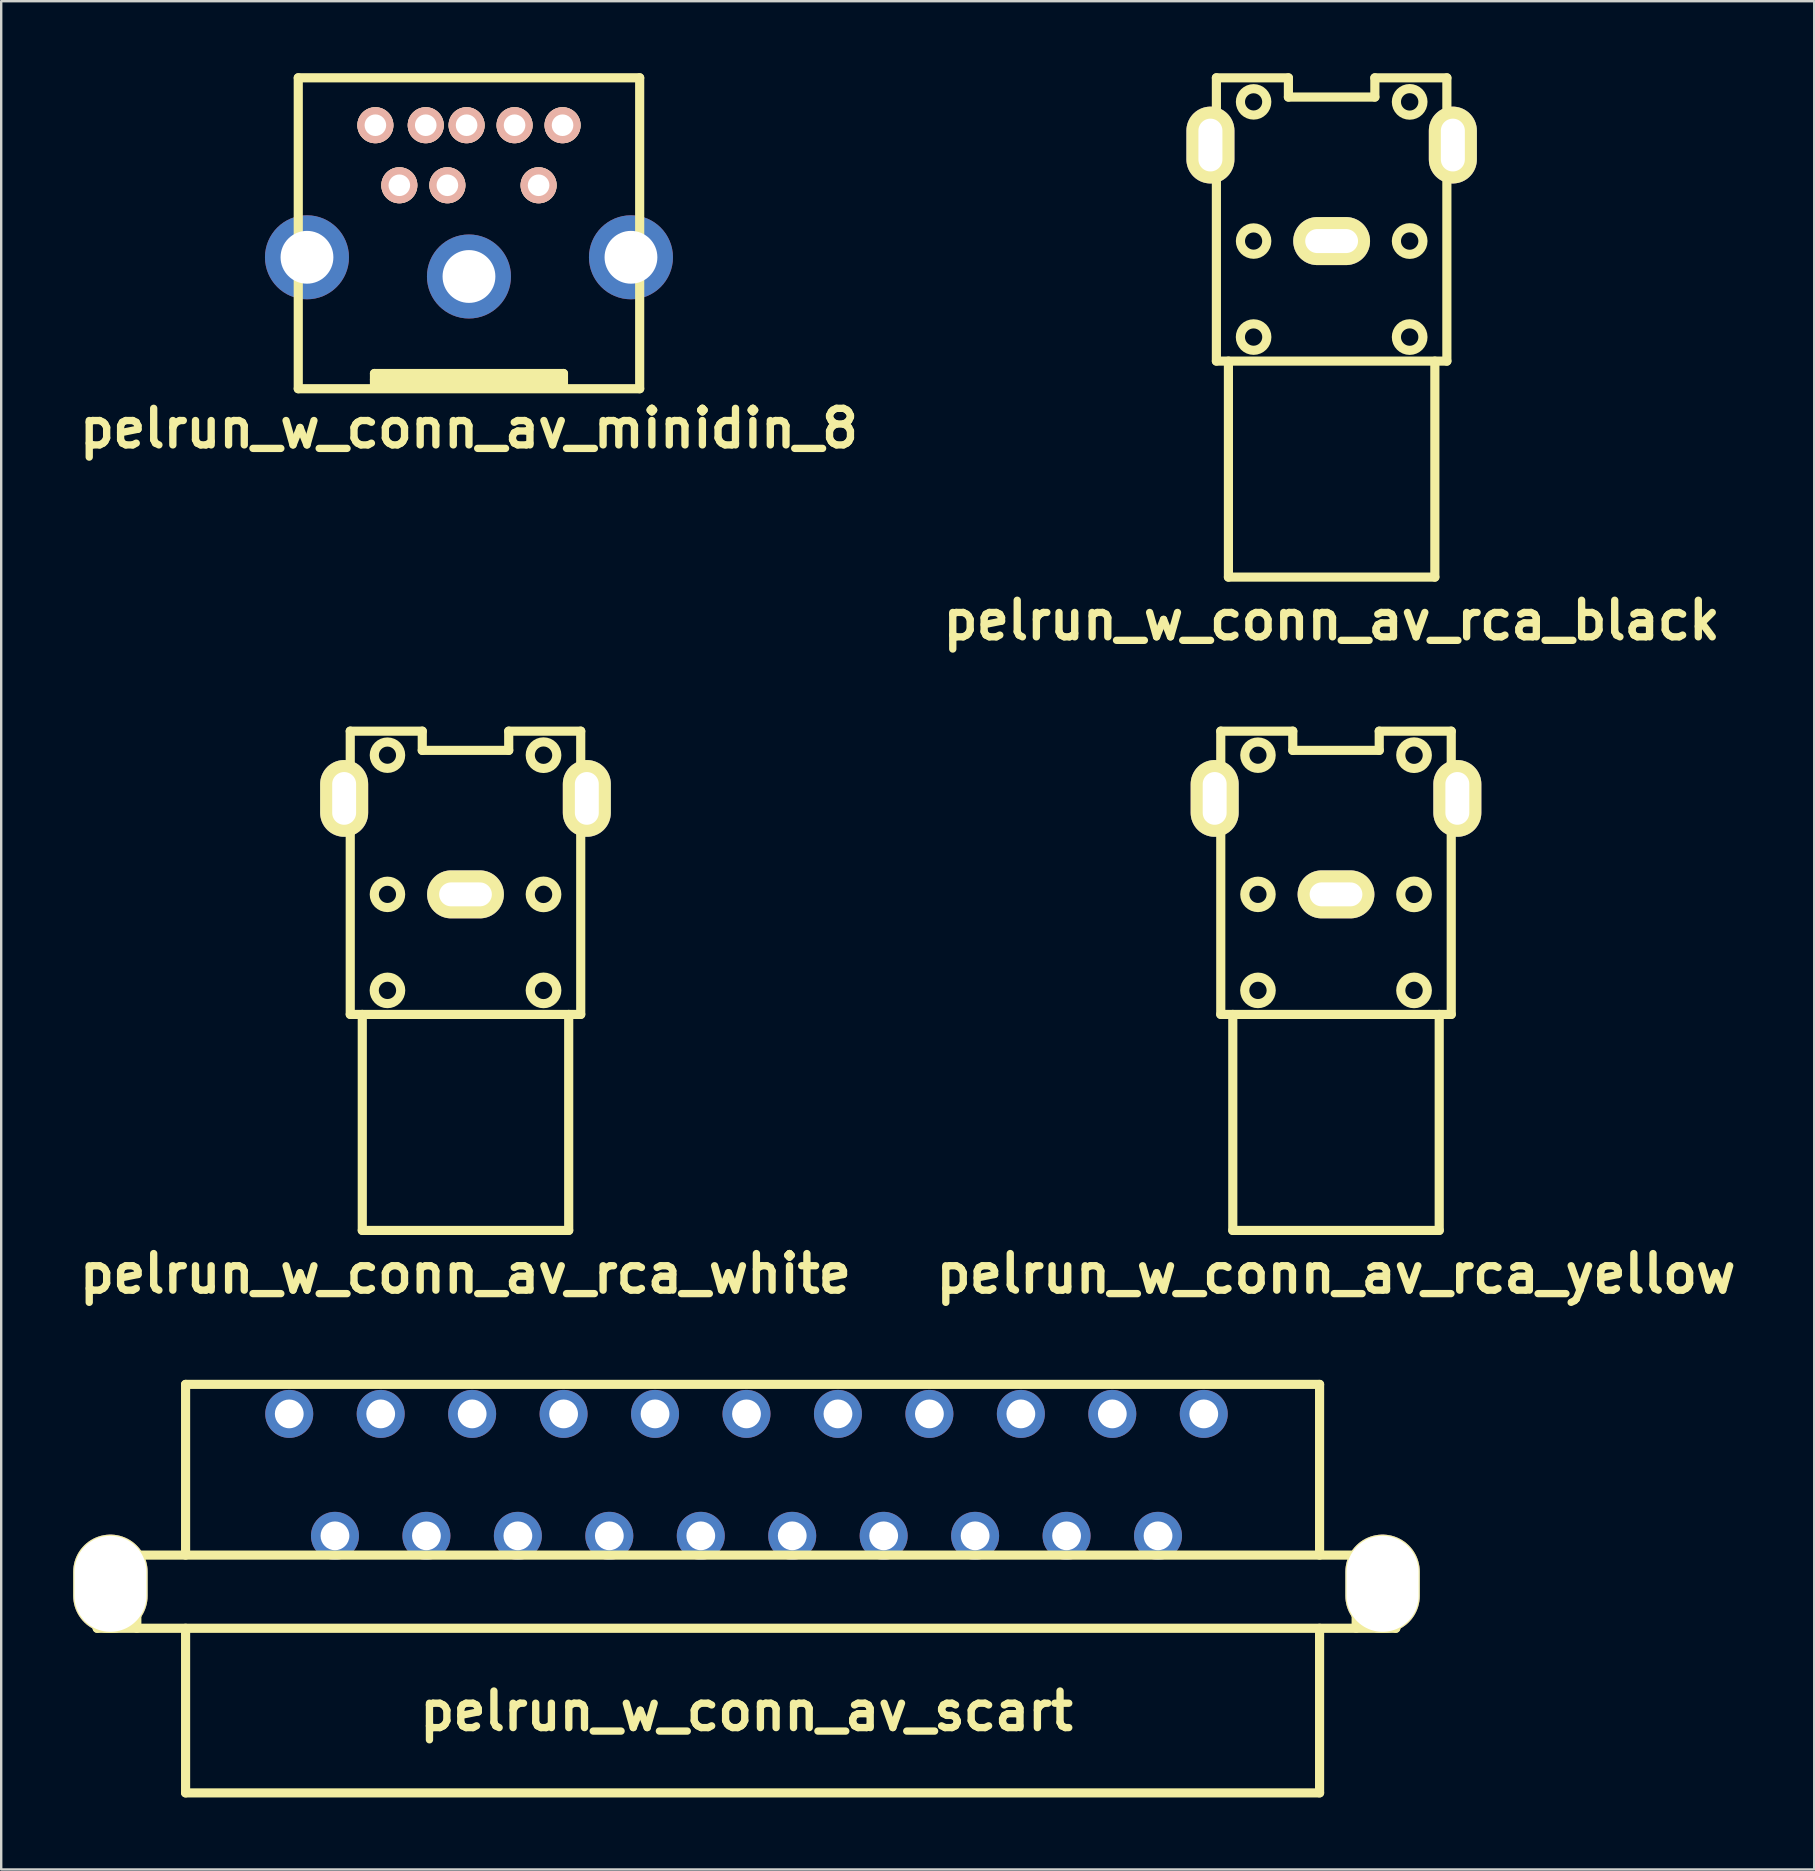
<source format=kicad_pcb>
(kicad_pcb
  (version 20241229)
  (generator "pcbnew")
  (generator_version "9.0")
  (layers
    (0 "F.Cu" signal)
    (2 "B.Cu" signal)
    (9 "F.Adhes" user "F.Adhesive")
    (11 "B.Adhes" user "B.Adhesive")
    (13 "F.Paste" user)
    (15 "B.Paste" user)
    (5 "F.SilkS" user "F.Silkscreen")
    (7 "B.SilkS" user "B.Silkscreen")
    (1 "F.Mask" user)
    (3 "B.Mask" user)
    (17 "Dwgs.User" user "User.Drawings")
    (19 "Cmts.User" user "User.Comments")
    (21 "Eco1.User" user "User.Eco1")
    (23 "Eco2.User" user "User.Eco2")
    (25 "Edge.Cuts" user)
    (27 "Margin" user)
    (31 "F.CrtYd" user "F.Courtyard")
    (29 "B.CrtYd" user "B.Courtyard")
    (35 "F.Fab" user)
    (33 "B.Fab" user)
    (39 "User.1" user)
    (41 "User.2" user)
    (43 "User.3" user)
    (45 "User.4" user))
  (footprint "pelrun_w_conn_av_scart"
    (layer "F.Cu")
    (at 28.05 63.135)
    (property "Reference" "pelrun_w_conn_av_scart" (at 0 5.1 0) (layer "F.SilkS") (effects (font (size 1.524 1.524) (thickness 0.305))))
    (attr through_hole)
    (fp_line (start -27.051 -1.397) (end -27.051 1.651) (stroke (width 0.381) (type solid)) (layer "F.SilkS"))
    (fp_line (start -27.051 -1.397) (end 27.051 -1.397) (stroke (width 0.381) (type solid)) (layer "F.SilkS"))
    (fp_line (start -25.4 -1.397) (end -25.4 1.651) (stroke (width 0.381) (type solid)) (layer "F.SilkS"))
    (fp_line (start -23.368 -8.509) (end 23.876 -8.509) (stroke (width 0.381) (type solid)) (layer "F.SilkS"))
    (fp_line (start -23.368 -1.397) (end -23.368 -8.509) (stroke (width 0.381) (type solid)) (layer "F.SilkS"))
    (fp_line (start -23.368 8.509) (end -23.368 1.651) (stroke (width 0.381) (type solid)) (layer "F.SilkS"))
    (fp_line (start -23.368 8.509) (end 23.876 8.509) (stroke (width 0.381) (type solid)) (layer "F.SilkS"))
    (fp_line (start 23.876 -8.509) (end 23.876 -1.397) (stroke (width 0.381) (type solid)) (layer "F.SilkS"))
    (fp_line (start 23.876 8.509) (end 23.876 1.651) (stroke (width 0.381) (type solid)) (layer "F.SilkS"))
    (fp_line (start 25.4 -1.397) (end 25.4 1.651) (stroke (width 0.381) (type solid)) (layer "F.SilkS"))
    (fp_line (start 27.051 -1.397) (end 27.051 1.651) (stroke (width 0.381) (type solid)) (layer "F.SilkS"))
    (fp_line (start 27.051 1.651) (end -27.051 1.651) (stroke (width 0.381) (type solid)) (layer "F.SilkS"))
    (pad "" np_thru_hole oval (at -26.5 -0.201) (size 3.1 4.1) (drill oval 3 4) (layers "*.Cu" "*.Mask" "F.SilkS"))
    (pad "" np_thru_hole oval (at 26.5 -0.201) (size 3.1 4.1) (drill oval 3 4) (layers "*.Cu" "*.Mask" "F.SilkS"))
    (pad "1" thru_hole circle (at 19.05 -7.28) (size 1.999 1.999) (drill 1.199) (layers "*.Cu" "*.Mask"))
    (pad "2" thru_hole circle (at 17.145 -2.2) (size 1.999 1.999) (drill 1.199) (layers "*.Cu" "*.Mask"))
    (pad "3" thru_hole circle (at 15.24 -7.28) (size 1.999 1.999) (drill 1.199) (layers "*.Cu" "*.Mask"))
    (pad "4" thru_hole circle (at 13.335 -2.2) (size 1.999 1.999) (drill 1.199) (layers "*.Cu" "*.Mask"))
    (pad "5" thru_hole circle (at 11.43 -7.28) (size 1.999 1.999) (drill 1.199) (layers "*.Cu" "*.Mask"))
    (pad "6" thru_hole circle (at 9.525 -2.2) (size 1.999 1.999) (drill 1.199) (layers "*.Cu" "*.Mask"))
    (pad "7" thru_hole circle (at 7.62 -7.28) (size 1.999 1.999) (drill 1.199) (layers "*.Cu" "*.Mask"))
    (pad "8" thru_hole circle (at 5.715 -2.2) (size 1.999 1.999) (drill 1.199) (layers "*.Cu" "*.Mask"))
    (pad "9" thru_hole circle (at 3.81 -7.28) (size 1.999 1.999) (drill 1.199) (layers "*.Cu" "*.Mask"))
    (pad "10" thru_hole circle (at 1.905 -2.2) (size 1.999 1.999) (drill 1.199) (layers "*.Cu" "*.Mask"))
    (pad "11" thru_hole circle (at 0 -7.28) (size 1.999 1.999) (drill 1.199) (layers "*.Cu" "*.Mask"))
    (pad "12" thru_hole circle (at -1.905 -2.2) (size 1.999 1.999) (drill 1.199) (layers "*.Cu" "*.Mask"))
    (pad "13" thru_hole circle (at -3.81 -7.28) (size 1.999 1.999) (drill 1.199) (layers "*.Cu" "*.Mask"))
    (pad "14" thru_hole circle (at -5.715 -2.2) (size 1.999 1.999) (drill 1.199) (layers "*.Cu" "*.Mask"))
    (pad "15" thru_hole circle (at -7.62 -7.28) (size 1.999 1.999) (drill 1.199) (layers "*.Cu" "*.Mask"))
    (pad "16" thru_hole circle (at -9.525 -2.2) (size 1.999 1.999) (drill 1.199) (layers "*.Cu" "*.Mask"))
    (pad "17" thru_hole circle (at -11.43 -7.28) (size 1.999 1.999) (drill 1.199) (layers "*.Cu" "*.Mask"))
    (pad "18" thru_hole circle (at -13.335 -2.2) (size 1.999 1.999) (drill 1.199) (layers "*.Cu" "*.Mask"))
    (pad "19" thru_hole circle (at -15.24 -7.28) (size 1.999 1.999) (drill 1.199) (layers "*.Cu" "*.Mask"))
    (pad "20" thru_hole circle (at -17.145 -2.2) (size 1.999 1.999) (drill 1.199) (layers "*.Cu" "*.Mask"))
    (pad "21" thru_hole circle (at -19.05 -7.28) (size 1.999 1.999) (drill 1.199) (layers "*.Cu" "*.Mask")))
  (footprint "pelrun_w_conn_av_rca_yellow"
    (layer "F.Cu")
    (at 52.61 34.211)
    (property "Reference" "pelrun_w_conn_av_rca_yellow" (at 0 15.799 0) (layer "F.SilkS") (effects (font (size 1.524 1.524) (thickness 0.305))))
    (attr through_hole)
    (fp_line (start -5.4 -4.9) (end -4.801 -4.9) (stroke (width 0.381) (type solid)) (layer "F.SilkS"))
    (fp_line (start -5.4 -3.099) (end -5.4 -4.9) (stroke (width 0.381) (type solid)) (layer "F.SilkS"))
    (fp_line (start -4.801 -6.8) (end -1.801 -6.8) (stroke (width 0.381) (type solid)) (layer "F.SilkS"))
    (fp_line (start -4.801 -3.099) (end -5.4 -3.099) (stroke (width 0.381) (type solid)) (layer "F.SilkS"))
    (fp_line (start -4.801 4.999) (end -4.801 -6.802) (stroke (width 0.381) (type solid)) (layer "F.SilkS"))
    (fp_line (start -4.3 5.001) (end -4.3 14) (stroke (width 0.381) (type solid)) (layer "F.SilkS"))
    (fp_line (start -4.3 14) (end 4.3 14) (stroke (width 0.381) (type solid)) (layer "F.SilkS"))
    (fp_line (start -1.801 -6.8) (end -1.801 -5.999) (stroke (width 0.381) (type solid)) (layer "F.SilkS"))
    (fp_line (start -1.801 -5.999) (end 1.801 -5.999) (stroke (width 0.381) (type solid)) (layer "F.SilkS"))
    (fp_line (start 1.801 -6.8) (end 4.801 -6.8) (stroke (width 0.381) (type solid)) (layer "F.SilkS"))
    (fp_line (start 1.801 -5.999) (end 1.801 -6.8) (stroke (width 0.381) (type solid)) (layer "F.SilkS"))
    (fp_line (start 4.3 14) (end 4.3 5.001) (stroke (width 0.381) (type solid)) (layer "F.SilkS"))
    (fp_line (start 4.801 -6.8) (end 4.801 5.001) (stroke (width 0.381) (type solid)) (layer "F.SilkS"))
    (fp_line (start 4.801 -4.9) (end 5.4 -4.9) (stroke (width 0.381) (type solid)) (layer "F.SilkS"))
    (fp_line (start 4.801 5.001) (end -4.801 5.001) (stroke (width 0.381) (type solid)) (layer "F.SilkS"))
    (fp_line (start 5.4 -4.9) (end 5.4 -3.099) (stroke (width 0.381) (type solid)) (layer "F.SilkS"))
    (fp_line (start 5.4 -3.099) (end 4.801 -3.099) (stroke (width 0.381) (type solid)) (layer "F.SilkS"))
    (fp_circle (center -3.251 -5.799) (end -3.8 -5.799) (stroke (width 0.381) (type solid)) (fill no) (layer "F.SilkS"))
    (fp_circle (center -3.251 0) (end -3.8 0) (stroke (width 0.381) (type solid)) (fill no) (layer "F.SilkS"))
    (fp_circle (center -3.251 4) (end -3.8 3.95) (stroke (width 0.381) (type solid)) (fill no) (layer "F.SilkS"))
    (fp_circle (center 3.251 -5.799) (end 2.7 -5.85) (stroke (width 0.381) (type solid)) (fill no) (layer "F.SilkS"))
    (fp_circle (center 3.251 0) (end 2.7 -0.051) (stroke (width 0.381) (type solid)) (fill no) (layer "F.SilkS"))
    (fp_circle (center 3.251 4) (end 2.7 4.049) (stroke (width 0.381) (type solid)) (fill no) (layer "F.SilkS"))
    (pad "1" thru_hole oval (at 0 0) (size 3.198 1.999) (drill oval 2.197 0.996) (layers "*.Cu" "*.Mask" "F.SilkS"))
    (pad "2" thru_hole oval (at -5.055 -3.998) (size 1.999 3.198) (drill oval 0.996 2.197) (layers "*.Cu" "*.Mask" "F.SilkS"))
    (pad "2" thru_hole oval (at 5.055 -3.998) (size 1.999 3.198) (drill oval 0.996 2.197) (layers "*.Cu" "*.Mask" "F.SilkS")))
  (footprint "pelrun_w_conn_av_rca_black"
    (layer "F.Cu")
    (at 52.428 6.993)
    (property "Reference" "pelrun_w_conn_av_rca_black" (at 0 15.799 0) (layer "F.SilkS") (effects (font (size 1.524 1.524) (thickness 0.305))))
    (attr through_hole)
    (fp_line (start -5.4 -4.9) (end -4.801 -4.9) (stroke (width 0.381) (type solid)) (layer "F.SilkS"))
    (fp_line (start -5.4 -3.099) (end -5.4 -4.9) (stroke (width 0.381) (type solid)) (layer "F.SilkS"))
    (fp_line (start -4.801 -6.8) (end -1.801 -6.8) (stroke (width 0.381) (type solid)) (layer "F.SilkS"))
    (fp_line (start -4.801 -3.099) (end -5.4 -3.099) (stroke (width 0.381) (type solid)) (layer "F.SilkS"))
    (fp_line (start -4.801 4.999) (end -4.801 -6.802) (stroke (width 0.381) (type solid)) (layer "F.SilkS"))
    (fp_line (start -4.3 5.001) (end -4.3 14) (stroke (width 0.381) (type solid)) (layer "F.SilkS"))
    (fp_line (start -4.3 14) (end 4.3 14) (stroke (width 0.381) (type solid)) (layer "F.SilkS"))
    (fp_line (start -1.801 -6.8) (end -1.801 -5.999) (stroke (width 0.381) (type solid)) (layer "F.SilkS"))
    (fp_line (start -1.801 -5.999) (end 1.801 -5.999) (stroke (width 0.381) (type solid)) (layer "F.SilkS"))
    (fp_line (start 1.801 -6.8) (end 4.801 -6.8) (stroke (width 0.381) (type solid)) (layer "F.SilkS"))
    (fp_line (start 1.801 -5.999) (end 1.801 -6.8) (stroke (width 0.381) (type solid)) (layer "F.SilkS"))
    (fp_line (start 4.3 14) (end 4.3 5.001) (stroke (width 0.381) (type solid)) (layer "F.SilkS"))
    (fp_line (start 4.801 -6.8) (end 4.801 5.001) (stroke (width 0.381) (type solid)) (layer "F.SilkS"))
    (fp_line (start 4.801 -4.9) (end 5.4 -4.9) (stroke (width 0.381) (type solid)) (layer "F.SilkS"))
    (fp_line (start 4.801 5.001) (end -4.801 5.001) (stroke (width 0.381) (type solid)) (layer "F.SilkS"))
    (fp_line (start 5.4 -4.9) (end 5.4 -3.099) (stroke (width 0.381) (type solid)) (layer "F.SilkS"))
    (fp_line (start 5.4 -3.099) (end 4.801 -3.099) (stroke (width 0.381) (type solid)) (layer "F.SilkS"))
    (fp_circle (center -3.251 -5.799) (end -3.8 -5.799) (stroke (width 0.381) (type solid)) (fill no) (layer "F.SilkS"))
    (fp_circle (center -3.251 0) (end -3.8 0) (stroke (width 0.381) (type solid)) (fill no) (layer "F.SilkS"))
    (fp_circle (center -3.251 4) (end -3.8 3.95) (stroke (width 0.381) (type solid)) (fill no) (layer "F.SilkS"))
    (fp_circle (center 3.251 -5.799) (end 2.7 -5.85) (stroke (width 0.381) (type solid)) (fill no) (layer "F.SilkS"))
    (fp_circle (center 3.251 0) (end 2.7 -0.051) (stroke (width 0.381) (type solid)) (fill no) (layer "F.SilkS"))
    (fp_circle (center 3.251 4) (end 2.7 4.049) (stroke (width 0.381) (type solid)) (fill no) (layer "F.SilkS"))
    (pad "1" thru_hole oval (at 0 0) (size 3.2 2) (drill oval 2.2 1) (layers "*.Cu" "*.Mask" "F.SilkS"))
    (pad "2" thru_hole oval (at -5.05 -4) (size 2 3.2) (drill oval 1 2.2) (layers "*.Cu" "*.Mask" "F.SilkS"))
    (pad "2" thru_hole oval (at 5.05 -4) (size 2 3.2) (drill oval 1 2.2) (layers "*.Cu" "*.Mask" "F.SilkS")))
  (footprint "pelrun_w_conn_av_minidin_8"
    (layer "F.Cu")
    (at 16.488 6.668)
    (property "Reference" "pelrun_w_conn_av_minidin_8" (at 0 8.128 0) (layer "F.SilkS") (effects (font (size 1.524 1.524) (thickness 0.305))))
    (attr through_hole)
    (fp_line (start -7.112 -6.477) (end -7.112 6.477) (stroke (width 0.381) (type solid)) (layer "F.SilkS"))
    (fp_line (start -7.112 6.477) (end 7.112 6.477) (stroke (width 0.381) (type solid)) (layer "F.SilkS"))
    (fp_line (start -3.937 5.842) (end -3.937 6.35) (stroke (width 0.381) (type solid)) (layer "F.SilkS"))
    (fp_line (start -3.937 5.842) (end 3.937 5.842) (stroke (width 0.381) (type solid)) (layer "F.SilkS"))
    (fp_line (start -3.937 6.096) (end 3.937 6.096) (stroke (width 0.381) (type solid)) (layer "F.SilkS"))
    (fp_line (start 3.937 5.842) (end 3.937 6.35) (stroke (width 0.381) (type solid)) (layer "F.SilkS"))
    (fp_line (start 3.937 6.35) (end -3.937 6.35) (stroke (width 0.381) (type solid)) (layer "F.SilkS"))
    (fp_line (start 7.112 -6.477) (end -7.112 -6.477) (stroke (width 0.381) (type solid)) (layer "F.SilkS"))
    (fp_line (start 7.112 6.477) (end 7.112 -6.477) (stroke (width 0.381) (type solid)) (layer "F.SilkS"))
    (pad "1" thru_hole circle (at -0.099 -4.501) (size 1.501 1.501) (drill 0.899) (layers "*.Cu" "*.SilkS" "*.Mask"))
    (pad "2" thru_hole circle (at 1.9 -4.501) (size 1.501 1.501) (drill 0.899) (layers "*.Cu" "*.SilkS" "*.Mask"))
    (pad "3" thru_hole circle (at -3.899 -4.501) (size 1.501 1.501) (drill 0.899) (layers "*.Cu" "*.SilkS" "*.Mask"))
    (pad "4" thru_hole circle (at -1.801 -4.501) (size 1.501 1.501) (drill 0.899) (layers "*.Cu" "*.SilkS" "*.Mask"))
    (pad "5" thru_hole circle (at 3.899 -4.501) (size 1.501 1.501) (drill 0.899) (layers "*.Cu" "*.SilkS" "*.Mask"))
    (pad "6" thru_hole circle (at -2.901 -1.999) (size 1.501 1.501) (drill 0.899) (layers "*.Cu" "*.SilkS" "*.Mask"))
    (pad "7" thru_hole circle (at -0.899 -1.999) (size 1.501 1.501) (drill 0.899) (layers "*.Cu" "*.SilkS" "*.Mask"))
    (pad "8" thru_hole circle (at 2.901 -1.999) (size 1.501 1.501) (drill 0.899) (layers "*.Cu" "*.SilkS" "*.Mask"))
    (pad "9" thru_hole circle (at -6.749 1.001) (size 3.5 3.5) (drill 2.2) (layers "*.Cu"))
    (pad "10" thru_hole circle (at 0 1.801) (size 3.5 3.5) (drill 2.2) (layers "*.Cu"))
    (pad "11" thru_hole circle (at 6.749 1.001) (size 3.5 3.5) (drill 2.2) (layers "*.Cu")))
  (footprint "pelrun_w_conn_av_rca_white"
    (layer "F.Cu")
    (at 16.343 34.211)
    (property "Reference" "pelrun_w_conn_av_rca_white" (at 0 15.799 0) (layer "F.SilkS") (effects (font (size 1.524 1.524) (thickness 0.305))))
    (attr through_hole)
    (fp_line (start -5.4 -4.9) (end -4.801 -4.9) (stroke (width 0.381) (type solid)) (layer "F.SilkS"))
    (fp_line (start -5.4 -3.099) (end -5.4 -4.9) (stroke (width 0.381) (type solid)) (layer "F.SilkS"))
    (fp_line (start -4.801 -6.8) (end -1.801 -6.8) (stroke (width 0.381) (type solid)) (layer "F.SilkS"))
    (fp_line (start -4.801 -3.099) (end -5.4 -3.099) (stroke (width 0.381) (type solid)) (layer "F.SilkS"))
    (fp_line (start -4.801 4.999) (end -4.801 -6.802) (stroke (width 0.381) (type solid)) (layer "F.SilkS"))
    (fp_line (start -4.3 5.001) (end -4.3 14) (stroke (width 0.381) (type solid)) (layer "F.SilkS"))
    (fp_line (start -4.3 14) (end 4.3 14) (stroke (width 0.381) (type solid)) (layer "F.SilkS"))
    (fp_line (start -1.801 -6.8) (end -1.801 -5.999) (stroke (width 0.381) (type solid)) (layer "F.SilkS"))
    (fp_line (start -1.801 -5.999) (end 1.801 -5.999) (stroke (width 0.381) (type solid)) (layer "F.SilkS"))
    (fp_line (start 1.801 -6.8) (end 4.801 -6.8) (stroke (width 0.381) (type solid)) (layer "F.SilkS"))
    (fp_line (start 1.801 -5.999) (end 1.801 -6.8) (stroke (width 0.381) (type solid)) (layer "F.SilkS"))
    (fp_line (start 4.3 14) (end 4.3 5.001) (stroke (width 0.381) (type solid)) (layer "F.SilkS"))
    (fp_line (start 4.801 -6.8) (end 4.801 5.001) (stroke (width 0.381) (type solid)) (layer "F.SilkS"))
    (fp_line (start 4.801 -4.9) (end 5.4 -4.9) (stroke (width 0.381) (type solid)) (layer "F.SilkS"))
    (fp_line (start 4.801 5.001) (end -4.801 5.001) (stroke (width 0.381) (type solid)) (layer "F.SilkS"))
    (fp_line (start 5.4 -4.9) (end 5.4 -3.099) (stroke (width 0.381) (type solid)) (layer "F.SilkS"))
    (fp_line (start 5.4 -3.099) (end 4.801 -3.099) (stroke (width 0.381) (type solid)) (layer "F.SilkS"))
    (fp_circle (center -3.251 -5.799) (end -3.8 -5.799) (stroke (width 0.381) (type solid)) (fill no) (layer "F.SilkS"))
    (fp_circle (center -3.251 0) (end -3.8 0) (stroke (width 0.381) (type solid)) (fill no) (layer "F.SilkS"))
    (fp_circle (center -3.251 4) (end -3.8 3.95) (stroke (width 0.381) (type solid)) (fill no) (layer "F.SilkS"))
    (fp_circle (center 3.251 -5.799) (end 2.7 -5.85) (stroke (width 0.381) (type solid)) (fill no) (layer "F.SilkS"))
    (fp_circle (center 3.251 0) (end 2.7 -0.051) (stroke (width 0.381) (type solid)) (fill no) (layer "F.SilkS"))
    (fp_circle (center 3.251 4) (end 2.7 4.049) (stroke (width 0.381) (type solid)) (fill no) (layer "F.SilkS"))
    (pad "1" thru_hole oval (at 0 0) (size 3.198 1.999) (drill oval 2.197 0.996) (layers "*.Cu" "*.Mask" "F.SilkS"))
    (pad "2" thru_hole oval (at -5.055 -3.998) (size 1.999 3.198) (drill oval 0.996 2.197) (layers "*.Cu" "*.Mask" "F.SilkS"))
    (pad "2" thru_hole oval (at 5.055 -3.998) (size 1.999 3.198) (drill oval 0.996 2.197) (layers "*.Cu" "*.Mask" "F.SilkS")))
  (gr_rect
    (start -3 -3)
    (end 72.533 74.835)
    (stroke (width 0.1) (type default))
    (fill no)
    (layer "Edge.Cuts")))
</source>
